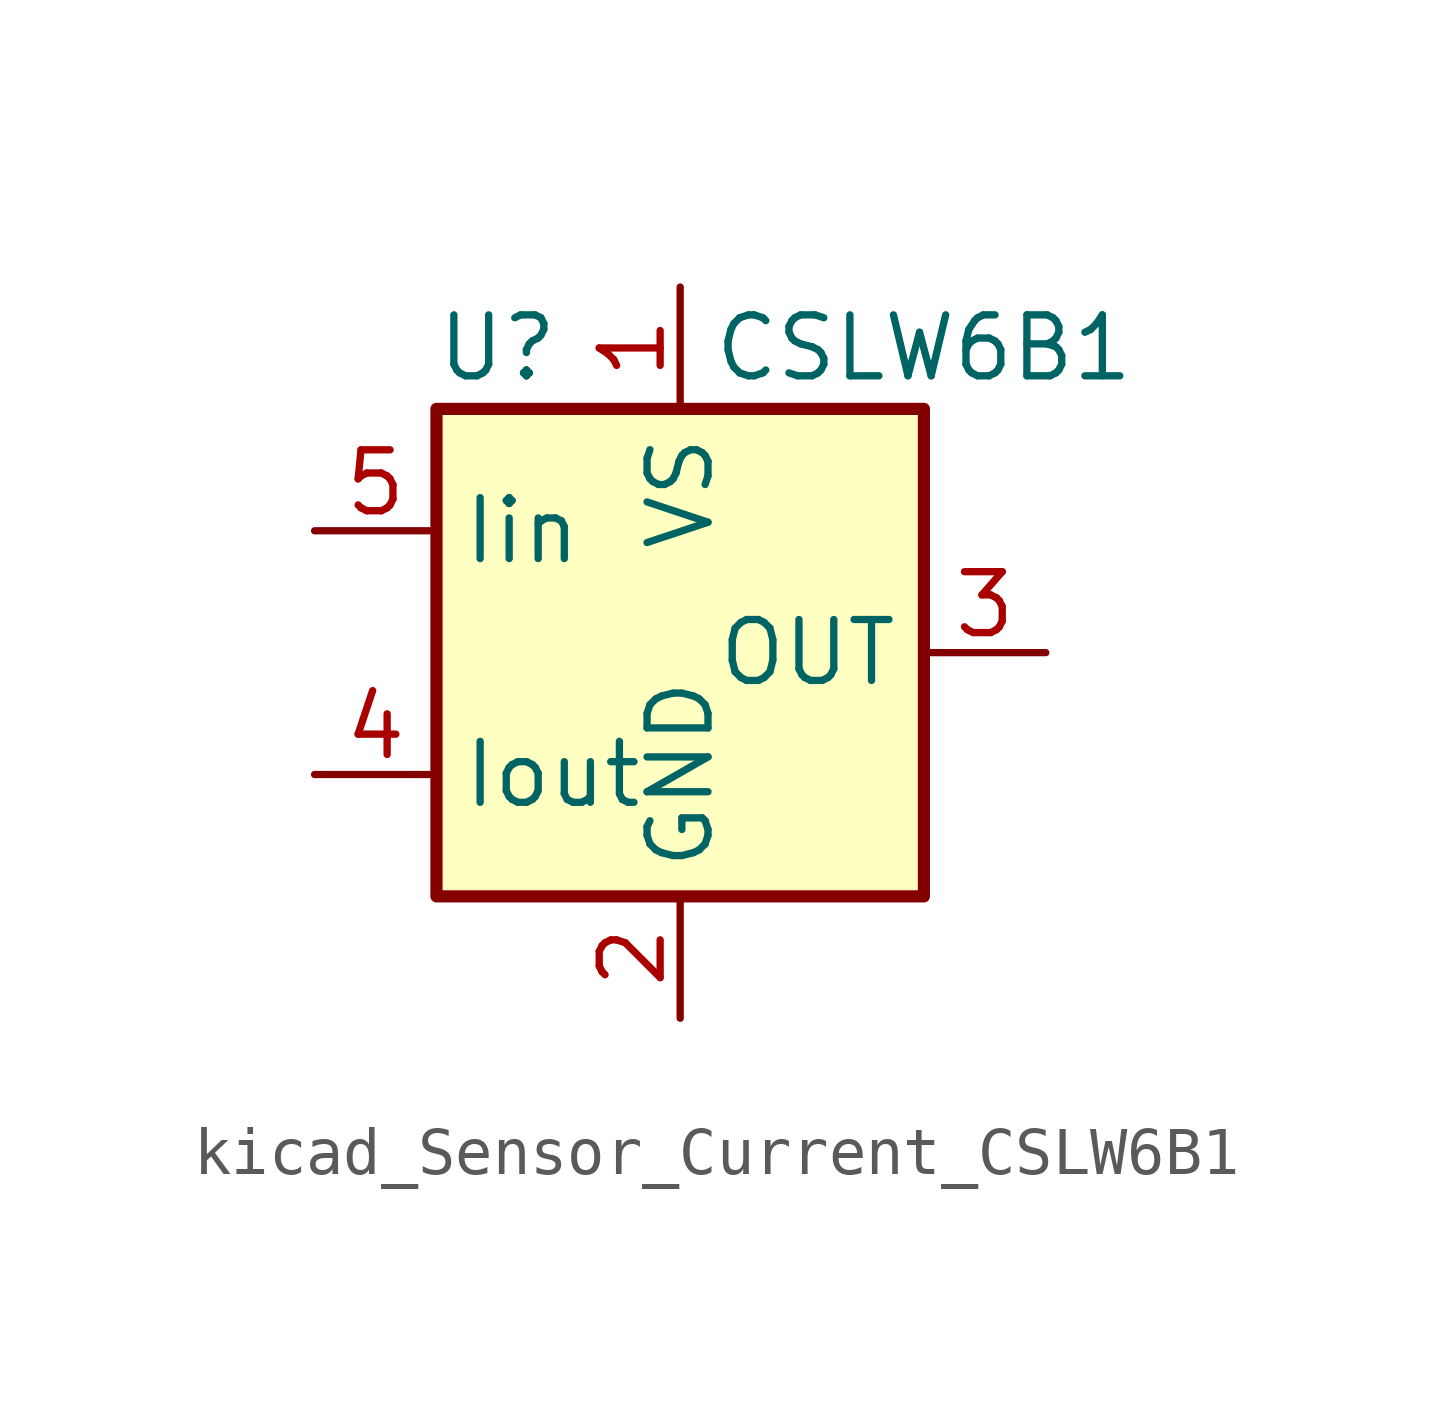
<source format=kicad_sym>
(kicad_symbol_lib
  (version 20220914)
  (generator kicad_symbol_editor)
  (symbol "kicad_Sensor_Current_CSLW6B1"
    (property "Reference" "U"
      (at -3.81 6.35 0)
      (effects (font (size 1.27 1.27))))
    (property "Value" "CSLW6B1"
      (at 5.08 6.35 0)
      (effects (font (size 1.27 1.27))))
    (symbol "kicad_Sensor_Current_CSLW6B1_0_1"
      (rectangle (start -5.08 5.08) (end 5.08 -5.08) (stroke (width 0.254) (type default)) (fill (type background))))
    (symbol "kicad_Sensor_Current_CSLW6B1_1_1"
      (pin power_in line (at 0 7.62 270) (length 2.54) (name "VS" (effects (font (size 1.27 1.27)))) (number "1" (effects (font (size 1.27 1.27)))))
      (pin power_in line (at 0 -7.62 90) (length 2.54) (name "GND" (effects (font (size 1.27 1.27)))) (number "2" (effects (font (size 1.27 1.27)))))
      (pin output line (at 7.62 0 180) (length 2.54) (name "OUT" (effects (font (size 1.27 1.27)))) (number "3" (effects (font (size 1.27 1.27)))))
      (pin passive line (at -7.62 -2.54 0) (length 2.54) (name "Iout" (effects (font (size 1.27 1.27)))) (number "4" (effects (font (size 1.27 1.27)))))
      (pin passive line (at -7.62 2.54 0) (length 2.54) (name "Iin" (effects (font (size 1.27 1.27)))) (number "5" (effects (font (size 1.27 1.27))))))))
</source>
